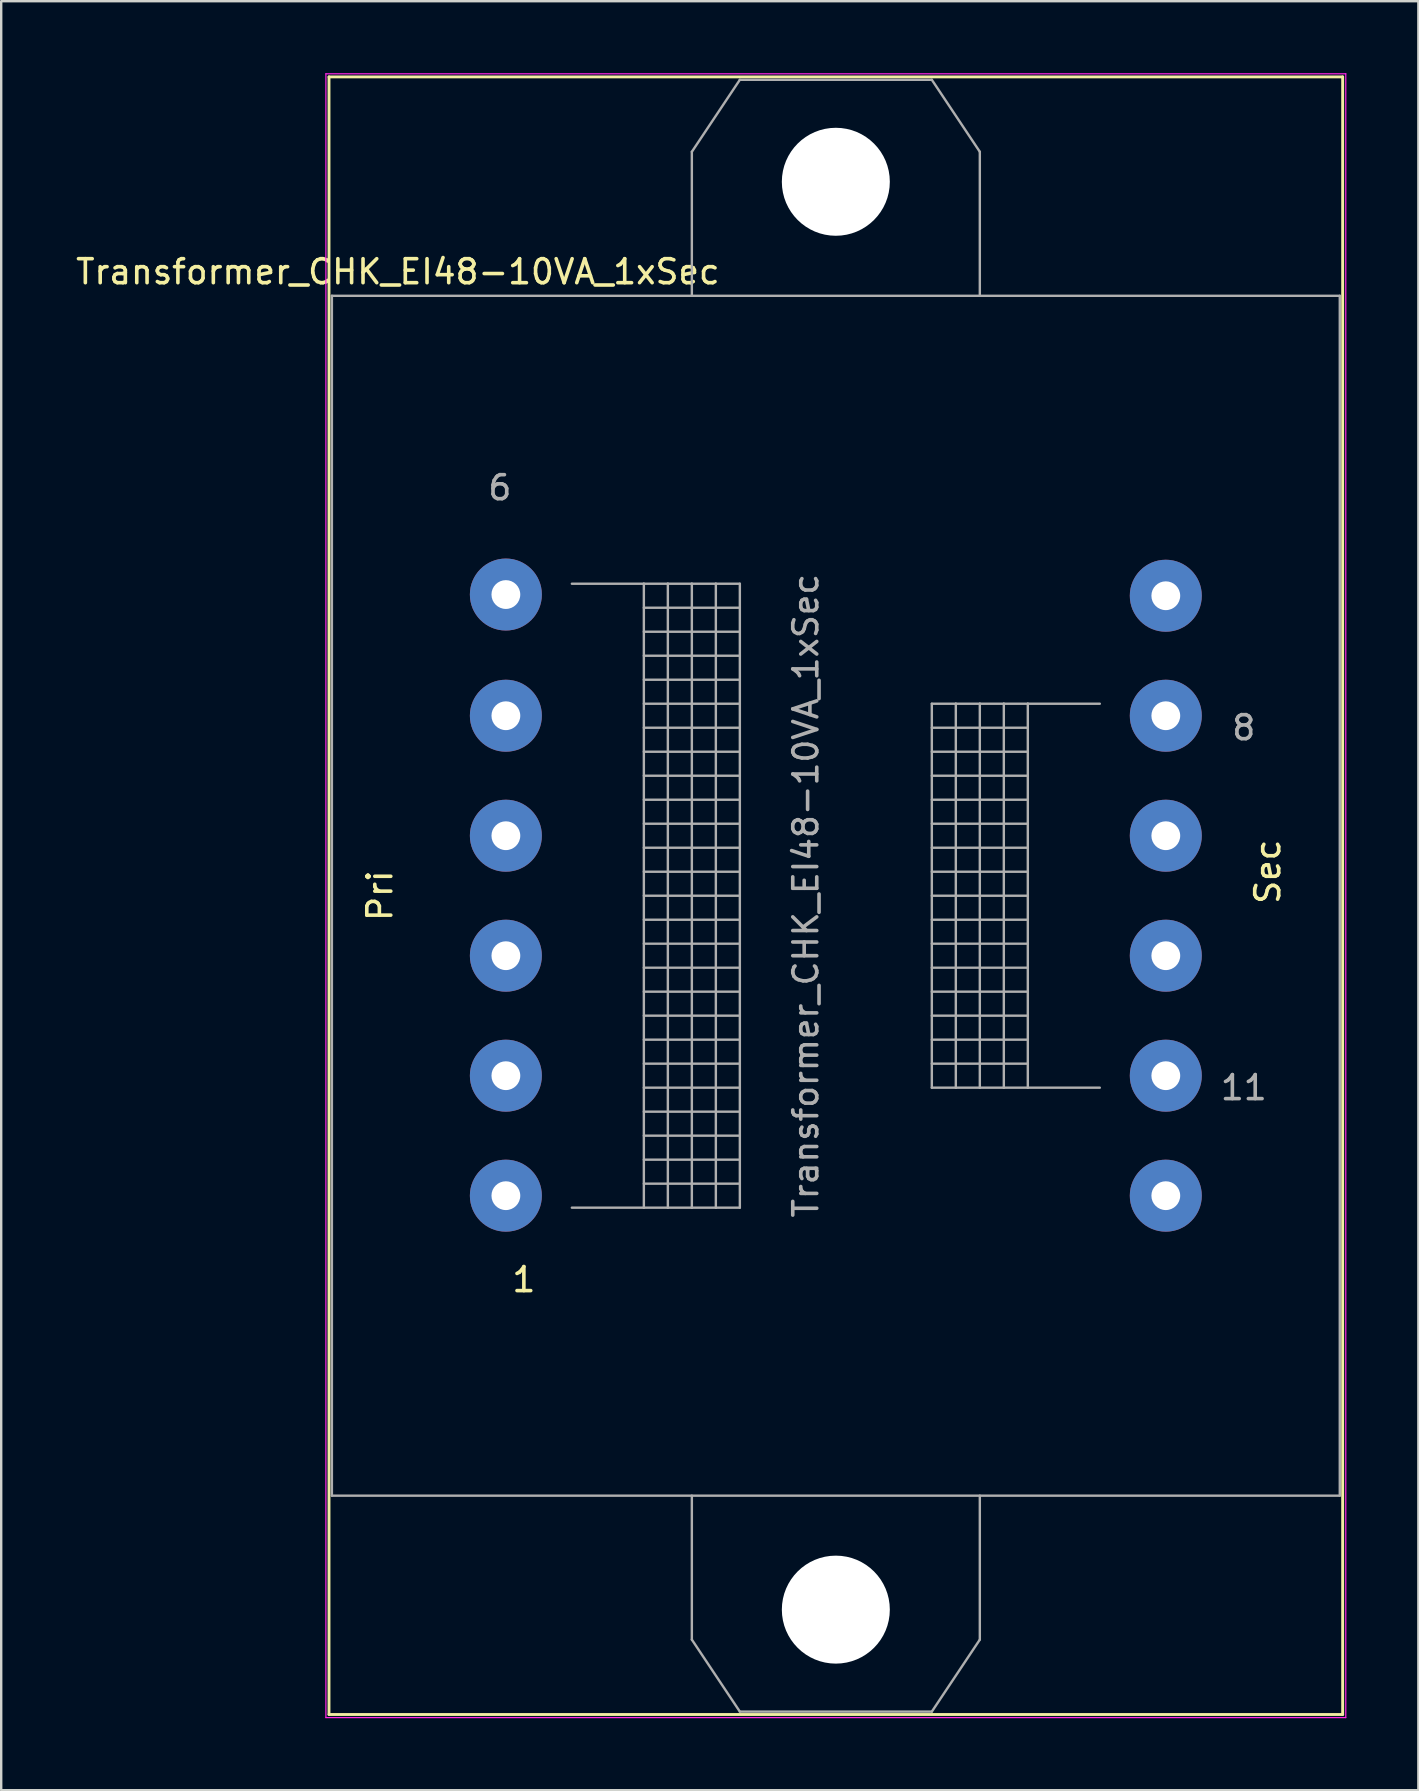
<source format=kicad_pcb>
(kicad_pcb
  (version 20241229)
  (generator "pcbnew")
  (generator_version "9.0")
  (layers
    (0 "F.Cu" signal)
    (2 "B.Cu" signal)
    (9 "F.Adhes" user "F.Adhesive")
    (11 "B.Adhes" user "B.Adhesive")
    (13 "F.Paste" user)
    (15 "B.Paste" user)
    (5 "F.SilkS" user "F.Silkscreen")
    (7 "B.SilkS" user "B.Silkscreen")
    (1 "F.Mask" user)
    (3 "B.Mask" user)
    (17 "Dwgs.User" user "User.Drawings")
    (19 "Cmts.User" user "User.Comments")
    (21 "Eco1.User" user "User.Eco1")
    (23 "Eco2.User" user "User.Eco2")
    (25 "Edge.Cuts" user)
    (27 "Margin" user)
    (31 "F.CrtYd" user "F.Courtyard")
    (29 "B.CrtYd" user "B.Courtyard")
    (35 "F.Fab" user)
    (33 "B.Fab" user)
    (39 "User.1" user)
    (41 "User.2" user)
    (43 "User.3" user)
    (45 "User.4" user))
  (footprint "Transformer_CHK_EI48-10VA_1xSec"
    (layer "F.Cu")
    (at 18.03 46.775)
    (property "Reference" "Transformer_CHK_EI48-10VA_1xSec" (at -4.5 -38.5 0) (layer "F.SilkS") (effects (font (size 1 1) (thickness 0.15))))
    (attr through_hole)
    (fp_line (start -7.37 -46.62) (end -7.37 21.62) (stroke (width 0.12) (type solid)) (layer "F.SilkS"))
    (fp_line (start -7.37 -46.62) (end 34.87 -46.62) (stroke (width 0.12) (type solid)) (layer "F.SilkS"))
    (fp_line (start 34.87 21.62) (end -7.37 21.62) (stroke (width 0.12) (type solid)) (layer "F.SilkS"))
    (fp_line (start 34.87 21.62) (end 34.87 -46.62) (stroke (width 0.12) (type solid)) (layer "F.SilkS"))
    (fp_line (start -7.5 -46.75) (end -7.5 21.75) (stroke (width 0.05) (type solid)) (layer "F.CrtYd"))
    (fp_line (start -7.5 -46.75) (end 35 -46.75) (stroke (width 0.05) (type solid)) (layer "F.CrtYd"))
    (fp_line (start 35 21.75) (end -7.5 21.75) (stroke (width 0.05) (type solid)) (layer "F.CrtYd"))
    (fp_line (start 35 21.75) (end 35 -46.75) (stroke (width 0.05) (type solid)) (layer "F.CrtYd"))
    (fp_line (start -7.25 -37.5) (end -7.25 12.5) (stroke (width 0.1) (type solid)) (layer "F.Fab"))
    (fp_line (start -7.25 12.5) (end 34.75 12.5) (stroke (width 0.1) (type solid)) (layer "F.Fab"))
    (fp_line (start 2.75 0.5) (end 5.75 0.5) (stroke (width 0.1) (type solid)) (layer "F.Fab"))
    (fp_line (start 5.75 -25.5) (end 2.75 -25.5) (stroke (width 0.1) (type solid)) (layer "F.Fab"))
    (fp_line (start 5.75 -25.5) (end 6.75 -25.5) (stroke (width 0.1) (type solid)) (layer "F.Fab"))
    (fp_line (start 5.75 -24.5) (end 9.75 -24.5) (stroke (width 0.1) (type solid)) (layer "F.Fab"))
    (fp_line (start 5.75 -23.5) (end 9.75 -23.5) (stroke (width 0.1) (type solid)) (layer "F.Fab"))
    (fp_line (start 5.75 -22.5) (end 9.75 -22.5) (stroke (width 0.1) (type solid)) (layer "F.Fab"))
    (fp_line (start 5.75 -21.5) (end 9.75 -21.5) (stroke (width 0.1) (type solid)) (layer "F.Fab"))
    (fp_line (start 5.75 -20.5) (end 9.75 -20.5) (stroke (width 0.1) (type solid)) (layer "F.Fab"))
    (fp_line (start 5.75 -19.5) (end 9.75 -19.5) (stroke (width 0.1) (type solid)) (layer "F.Fab"))
    (fp_line (start 5.75 -18.5) (end 9.75 -18.5) (stroke (width 0.1) (type solid)) (layer "F.Fab"))
    (fp_line (start 5.75 -17.5) (end 9.75 -17.5) (stroke (width 0.1) (type solid)) (layer "F.Fab"))
    (fp_line (start 5.75 -16.5) (end 9.75 -16.5) (stroke (width 0.1) (type solid)) (layer "F.Fab"))
    (fp_line (start 5.75 -15.5) (end 9.75 -15.5) (stroke (width 0.1) (type solid)) (layer "F.Fab"))
    (fp_line (start 5.75 -14.5) (end 9.75 -14.5) (stroke (width 0.1) (type solid)) (layer "F.Fab"))
    (fp_line (start 5.75 -13.5) (end 9.75 -13.5) (stroke (width 0.1) (type solid)) (layer "F.Fab"))
    (fp_line (start 5.75 -12.5) (end 9.75 -12.5) (stroke (width 0.1) (type solid)) (layer "F.Fab"))
    (fp_line (start 5.75 -11.5) (end 9.75 -11.5) (stroke (width 0.1) (type solid)) (layer "F.Fab"))
    (fp_line (start 5.75 -10.5) (end 9.75 -10.5) (stroke (width 0.1) (type solid)) (layer "F.Fab"))
    (fp_line (start 5.75 -9.5) (end 9.75 -9.5) (stroke (width 0.1) (type solid)) (layer "F.Fab"))
    (fp_line (start 5.75 -8.5) (end 9.75 -8.5) (stroke (width 0.1) (type solid)) (layer "F.Fab"))
    (fp_line (start 5.75 -7.5) (end 9.75 -7.5) (stroke (width 0.1) (type solid)) (layer "F.Fab"))
    (fp_line (start 5.75 -5.5) (end 9.75 -5.5) (stroke (width 0.1) (type solid)) (layer "F.Fab"))
    (fp_line (start 5.75 -4.5) (end 9.75 -4.5) (stroke (width 0.1) (type solid)) (layer "F.Fab"))
    (fp_line (start 5.75 -3.5) (end 9.75 -3.5) (stroke (width 0.1) (type solid)) (layer "F.Fab"))
    (fp_line (start 5.75 -2.5) (end 9.75 -2.5) (stroke (width 0.1) (type solid)) (layer "F.Fab"))
    (fp_line (start 5.75 -0.5) (end 9.75 -0.5) (stroke (width 0.1) (type solid)) (layer "F.Fab"))
    (fp_line (start 5.75 0.5) (end 5.75 -25.5) (stroke (width 0.1) (type solid)) (layer "F.Fab"))
    (fp_line (start 6.75 -25.5) (end 6.75 0.5) (stroke (width 0.1) (type solid)) (layer "F.Fab"))
    (fp_line (start 6.75 -25.5) (end 7.75 -25.5) (stroke (width 0.1) (type solid)) (layer "F.Fab"))
    (fp_line (start 6.75 -6.5) (end 5.75 -6.5) (stroke (width 0.1) (type solid)) (layer "F.Fab"))
    (fp_line (start 6.75 -6.5) (end 9.75 -6.5) (stroke (width 0.1) (type solid)) (layer "F.Fab"))
    (fp_line (start 6.75 -1.5) (end 5.75 -1.5) (stroke (width 0.1) (type solid)) (layer "F.Fab"))
    (fp_line (start 6.75 -1.5) (end 9.75 -1.5) (stroke (width 0.1) (type solid)) (layer "F.Fab"))
    (fp_line (start 6.75 0.5) (end 5.75 0.5) (stroke (width 0.1) (type solid)) (layer "F.Fab"))
    (fp_line (start 7.75 -43.5) (end 7.75 -37.5) (stroke (width 0.1) (type solid)) (layer "F.Fab"))
    (fp_line (start 7.75 -25.5) (end 7.75 0.5) (stroke (width 0.1) (type solid)) (layer "F.Fab"))
    (fp_line (start 7.75 -25.5) (end 8.75 -25.5) (stroke (width 0.1) (type solid)) (layer "F.Fab"))
    (fp_line (start 7.75 0.5) (end 6.75 0.5) (stroke (width 0.1) (type solid)) (layer "F.Fab"))
    (fp_line (start 7.75 18.5) (end 7.75 12.5) (stroke (width 0.1) (type solid)) (layer "F.Fab"))
    (fp_line (start 8.75 -25.5) (end 8.75 0.5) (stroke (width 0.1) (type solid)) (layer "F.Fab"))
    (fp_line (start 8.75 -25.5) (end 9.75 -25.5) (stroke (width 0.1) (type solid)) (layer "F.Fab"))
    (fp_line (start 8.75 0.5) (end 7.75 0.5) (stroke (width 0.1) (type solid)) (layer "F.Fab"))
    (fp_line (start 9.75 -46.5) (end 7.75 -43.5) (stroke (width 0.1) (type solid)) (layer "F.Fab"))
    (fp_line (start 9.75 -25.5) (end 9.75 0.5) (stroke (width 0.1) (type solid)) (layer "F.Fab"))
    (fp_line (start 9.75 0.5) (end 8.75 0.5) (stroke (width 0.1) (type solid)) (layer "F.Fab"))
    (fp_line (start 9.75 21.5) (end 7.75 18.5) (stroke (width 0.1) (type solid)) (layer "F.Fab"))
    (fp_line (start 17.75 -46.5) (end 9.75 -46.5) (stroke (width 0.1) (type solid)) (layer "F.Fab"))
    (fp_line (start 17.75 -20.5) (end 17.75 -4.5) (stroke (width 0.1) (type solid)) (layer "F.Fab"))
    (fp_line (start 17.75 -19.5) (end 21.75 -19.5) (stroke (width 0.1) (type solid)) (layer "F.Fab"))
    (fp_line (start 17.75 -18.5) (end 21.75 -18.5) (stroke (width 0.1) (type solid)) (layer "F.Fab"))
    (fp_line (start 17.75 -17.5) (end 21.75 -17.5) (stroke (width 0.1) (type solid)) (layer "F.Fab"))
    (fp_line (start 17.75 -16.5) (end 21.75 -16.5) (stroke (width 0.1) (type solid)) (layer "F.Fab"))
    (fp_line (start 17.75 -15.5) (end 21.75 -15.5) (stroke (width 0.1) (type solid)) (layer "F.Fab"))
    (fp_line (start 17.75 -13.5) (end 21.75 -13.5) (stroke (width 0.1) (type solid)) (layer "F.Fab"))
    (fp_line (start 17.75 -12.5) (end 21.75 -12.5) (stroke (width 0.1) (type solid)) (layer "F.Fab"))
    (fp_line (start 17.75 -11.5) (end 21.75 -11.5) (stroke (width 0.1) (type solid)) (layer "F.Fab"))
    (fp_line (start 17.75 -10.5) (end 21.75 -10.5) (stroke (width 0.1) (type solid)) (layer "F.Fab"))
    (fp_line (start 17.75 -9.5) (end 21.75 -9.5) (stroke (width 0.1) (type solid)) (layer "F.Fab"))
    (fp_line (start 17.75 -8.5) (end 21.75 -8.5) (stroke (width 0.1) (type solid)) (layer "F.Fab"))
    (fp_line (start 17.75 -7.5) (end 21.75 -7.5) (stroke (width 0.1) (type solid)) (layer "F.Fab"))
    (fp_line (start 17.75 -6.5) (end 21.75 -6.5) (stroke (width 0.1) (type solid)) (layer "F.Fab"))
    (fp_line (start 17.75 -5.5) (end 21.75 -5.5) (stroke (width 0.1) (type solid)) (layer "F.Fab"))
    (fp_line (start 17.75 -4.5) (end 18.75 -4.5) (stroke (width 0.1) (type solid)) (layer "F.Fab"))
    (fp_line (start 17.75 21.5) (end 9.75 21.5) (stroke (width 0.1) (type solid)) (layer "F.Fab"))
    (fp_line (start 18.75 -20.5) (end 17.75 -20.5) (stroke (width 0.1) (type solid)) (layer "F.Fab"))
    (fp_line (start 18.75 -20.5) (end 18.75 -4.5) (stroke (width 0.1) (type solid)) (layer "F.Fab"))
    (fp_line (start 18.75 -14.5) (end 17.75 -14.5) (stroke (width 0.1) (type solid)) (layer "F.Fab"))
    (fp_line (start 18.75 -14.5) (end 21.75 -14.5) (stroke (width 0.1) (type solid)) (layer "F.Fab"))
    (fp_line (start 18.75 -4.5) (end 19.75 -4.5) (stroke (width 0.1) (type solid)) (layer "F.Fab"))
    (fp_line (start 19.75 -43.5) (end 17.75 -46.5) (stroke (width 0.1) (type solid)) (layer "F.Fab"))
    (fp_line (start 19.75 -37.5) (end 19.75 -43.5) (stroke (width 0.1) (type solid)) (layer "F.Fab"))
    (fp_line (start 19.75 -20.5) (end 18.75 -20.5) (stroke (width 0.1) (type solid)) (layer "F.Fab"))
    (fp_line (start 19.75 -20.5) (end 19.75 -4.5) (stroke (width 0.1) (type solid)) (layer "F.Fab"))
    (fp_line (start 19.75 12.5) (end 19.75 18.5) (stroke (width 0.1) (type solid)) (layer "F.Fab"))
    (fp_line (start 19.75 18.5) (end 17.75 21.5) (stroke (width 0.1) (type solid)) (layer "F.Fab"))
    (fp_line (start 20.75 -20.5) (end 19.75 -20.5) (stroke (width 0.1) (type solid)) (layer "F.Fab"))
    (fp_line (start 20.75 -20.5) (end 20.75 -4.5) (stroke (width 0.1) (type solid)) (layer "F.Fab"))
    (fp_line (start 20.75 -4.5) (end 19.75 -4.5) (stroke (width 0.1) (type solid)) (layer "F.Fab"))
    (fp_line (start 20.75 -4.5) (end 21.75 -4.5) (stroke (width 0.1) (type solid)) (layer "F.Fab"))
    (fp_line (start 21.75 -20.5) (end 20.75 -20.5) (stroke (width 0.1) (type solid)) (layer "F.Fab"))
    (fp_line (start 21.75 -20.5) (end 21.75 -4.5) (stroke (width 0.1) (type solid)) (layer "F.Fab"))
    (fp_line (start 21.75 -4.5) (end 24.75 -4.5) (stroke (width 0.1) (type solid)) (layer "F.Fab"))
    (fp_line (start 24.75 -20.5) (end 21.75 -20.5) (stroke (width 0.1) (type solid)) (layer "F.Fab"))
    (fp_line (start 34.75 -37.5) (end -7.25 -37.5) (stroke (width 0.1) (type solid)) (layer "F.Fab"))
    (fp_line (start 34.75 12.5) (end 34.75 -37.5) (stroke (width 0.1) (type solid)) (layer "F.Fab"))
    (fp_text user "Pri" (at -5.25 -12.5 90) (layer "F.SilkS") (effects (font (size 1 1) (thickness 0.15))))
    (fp_text user "1" (at 0.75 3.5 0) (layer "F.SilkS") (effects (font (size 1 1) (thickness 0.15))))
    (fp_text user "Sec" (at 31.75 -13.5 90) (layer "F.SilkS") (effects (font (size 1 1) (thickness 0.15))))
    (fp_text user "11" (at 30.75 -4.5 0) (layer "F.Fab") (effects (font (size 1 1) (thickness 0.15))))
    (fp_text user "8" (at 30.75 -19.5 0) (layer "F.Fab") (effects (font (size 1 1) (thickness 0.15))))
    (fp_text user "6" (at -0.25 -29.5 0) (layer "F.Fab") (effects (font (size 1 1) (thickness 0.15))))
    (fp_text user "${REFERENCE}" (at 12.5 -12.5 90) (layer "F.Fab") (effects (font (size 1 1) (thickness 0.15))))
    (pad "" np_thru_hole circle (at 13.75 -42.25) (size 4.5 4.5) (drill 4.5) (layers "*.Cu" "*.Mask"))
    (pad "" np_thru_hole circle (at 13.75 17.25) (size 4.5 4.5) (drill 4.5) (layers "*.Cu" "*.Mask"))
    (pad "1" thru_hole circle (at 0 0) (size 3 3) (drill 1.2) (layers "*.Cu" "*.Mask"))
    (pad "2" thru_hole circle (at 0 -5) (size 3 3) (drill 1.2) (layers "*.Cu" "*.Mask"))
    (pad "3" thru_hole circle (at 0 -10) (size 3 3) (drill 1.2) (layers "*.Cu" "*.Mask"))
    (pad "4" thru_hole circle (at 0 -15) (size 3 3) (drill 1.2) (layers "*.Cu" "*.Mask"))
    (pad "5" thru_hole circle (at 0 -20) (size 3 3) (drill 1.2) (layers "*.Cu" "*.Mask"))
    (pad "6" thru_hole circle (at 0 -25.05) (size 3 3) (drill 1.2) (layers "*.Cu" "*.Mask"))
    (pad "7" thru_hole circle (at 27.5 -25) (size 3 3) (drill 1.2) (layers "*.Cu" "*.Mask"))
    (pad "8" thru_hole circle (at 27.5 -20) (size 3 3) (drill 1.2) (layers "*.Cu" "*.Mask"))
    (pad "9" thru_hole circle (at 27.5 -15) (size 3 3) (drill 1.2) (layers "*.Cu" "*.Mask"))
    (pad "10" thru_hole circle (at 27.5 -10) (size 3 3) (drill 1.2) (layers "*.Cu" "*.Mask"))
    (pad "11" thru_hole circle (at 27.5 -5) (size 3 3) (drill 1.2) (layers "*.Cu" "*.Mask"))
    (pad "12" thru_hole circle (at 27.5 0) (size 3 3) (drill 1.2) (layers "*.Cu" "*.Mask")))
  (gr_rect
    (start -3 -3)
    (end 56.055 71.55)
    (stroke (width 0.1) (type default))
    (fill no)
    (layer "Edge.Cuts")))
</source>
